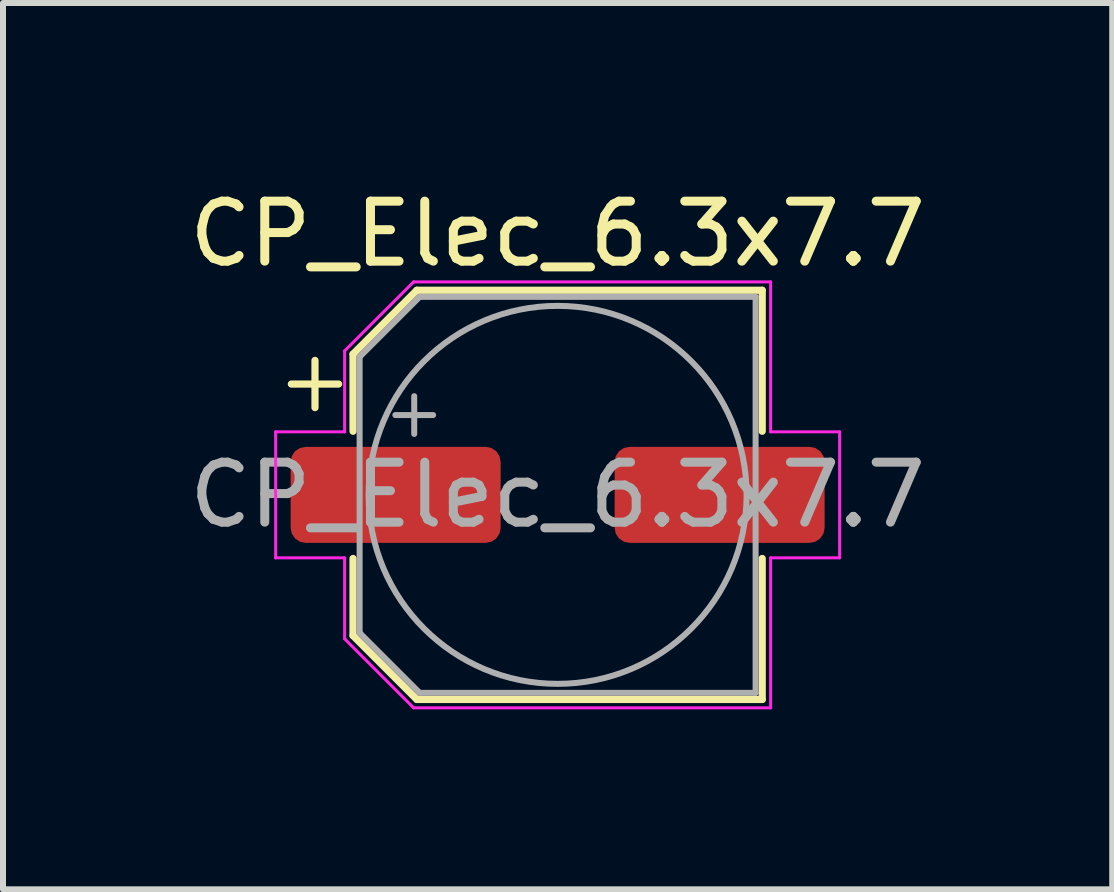
<source format=kicad_pcb>
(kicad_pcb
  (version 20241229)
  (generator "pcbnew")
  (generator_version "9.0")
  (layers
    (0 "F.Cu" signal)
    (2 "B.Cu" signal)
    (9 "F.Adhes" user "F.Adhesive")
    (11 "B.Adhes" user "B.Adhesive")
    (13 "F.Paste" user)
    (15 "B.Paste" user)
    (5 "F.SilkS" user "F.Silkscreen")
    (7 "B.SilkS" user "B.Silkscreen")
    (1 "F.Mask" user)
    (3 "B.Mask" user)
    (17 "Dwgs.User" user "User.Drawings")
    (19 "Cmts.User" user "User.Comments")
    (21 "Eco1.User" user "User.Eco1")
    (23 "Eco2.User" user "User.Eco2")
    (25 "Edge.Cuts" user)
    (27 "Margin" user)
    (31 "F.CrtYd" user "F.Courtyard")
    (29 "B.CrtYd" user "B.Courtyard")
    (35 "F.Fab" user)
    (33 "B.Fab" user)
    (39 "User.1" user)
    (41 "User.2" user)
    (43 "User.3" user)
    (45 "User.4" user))
  (footprint "CP_Elec_6.3x7.7"
    (layer "F.Cu")
    (at 6.244 5.198)
    (property "Reference" "CP_Elec_6.3x7.7" (at 0 -4.35 0) (layer "F.SilkS") (effects (font (size 1 1) (thickness 0.15))))
    (attr smd)
    (fp_line (start -4.438 -1.847) (end -3.65 -1.847) (stroke (width 0.12) (type solid)) (layer "F.SilkS"))
    (fp_line (start -4.044 -2.241) (end -4.044 -1.454) (stroke (width 0.12) (type solid)) (layer "F.SilkS"))
    (fp_line (start -3.41 -2.346) (end -3.41 -1.06) (stroke (width 0.12) (type solid)) (layer "F.SilkS"))
    (fp_line (start -3.41 -2.346) (end -2.346 -3.41) (stroke (width 0.12) (type solid)) (layer "F.SilkS"))
    (fp_line (start -3.41 2.346) (end -3.41 1.06) (stroke (width 0.12) (type solid)) (layer "F.SilkS"))
    (fp_line (start -3.41 2.346) (end -2.346 3.41) (stroke (width 0.12) (type solid)) (layer "F.SilkS"))
    (fp_line (start -2.346 -3.41) (end 3.41 -3.41) (stroke (width 0.12) (type solid)) (layer "F.SilkS"))
    (fp_line (start -2.346 3.41) (end 3.41 3.41) (stroke (width 0.12) (type solid)) (layer "F.SilkS"))
    (fp_line (start 3.41 -3.41) (end 3.41 -1.06) (stroke (width 0.12) (type solid)) (layer "F.SilkS"))
    (fp_line (start 3.41 3.41) (end 3.41 1.06) (stroke (width 0.12) (type solid)) (layer "F.SilkS"))
    (fp_line (start -4.7 -1.05) (end -4.7 1.05) (stroke (width 0.05) (type solid)) (layer "F.CrtYd"))
    (fp_line (start -4.7 1.05) (end -3.55 1.05) (stroke (width 0.05) (type solid)) (layer "F.CrtYd"))
    (fp_line (start -3.55 -2.4) (end -3.55 -1.05) (stroke (width 0.05) (type solid)) (layer "F.CrtYd"))
    (fp_line (start -3.55 -2.4) (end -2.4 -3.55) (stroke (width 0.05) (type solid)) (layer "F.CrtYd"))
    (fp_line (start -3.55 -1.05) (end -4.7 -1.05) (stroke (width 0.05) (type solid)) (layer "F.CrtYd"))
    (fp_line (start -3.55 1.05) (end -3.55 2.4) (stroke (width 0.05) (type solid)) (layer "F.CrtYd"))
    (fp_line (start -3.55 2.4) (end -2.4 3.55) (stroke (width 0.05) (type solid)) (layer "F.CrtYd"))
    (fp_line (start -2.4 -3.55) (end 3.55 -3.55) (stroke (width 0.05) (type solid)) (layer "F.CrtYd"))
    (fp_line (start -2.4 3.55) (end 3.55 3.55) (stroke (width 0.05) (type solid)) (layer "F.CrtYd"))
    (fp_line (start 3.55 -3.55) (end 3.55 -1.05) (stroke (width 0.05) (type solid)) (layer "F.CrtYd"))
    (fp_line (start 3.55 -1.05) (end 4.7 -1.05) (stroke (width 0.05) (type solid)) (layer "F.CrtYd"))
    (fp_line (start 3.55 1.05) (end 3.55 3.55) (stroke (width 0.05) (type solid)) (layer "F.CrtYd"))
    (fp_line (start 4.7 -1.05) (end 4.7 1.05) (stroke (width 0.05) (type solid)) (layer "F.CrtYd"))
    (fp_line (start 4.7 1.05) (end 3.55 1.05) (stroke (width 0.05) (type solid)) (layer "F.CrtYd"))
    (fp_line (start -3.3 -2.3) (end -3.3 2.3) (stroke (width 0.1) (type solid)) (layer "F.Fab"))
    (fp_line (start -3.3 -2.3) (end -2.3 -3.3) (stroke (width 0.1) (type solid)) (layer "F.Fab"))
    (fp_line (start -3.3 2.3) (end -2.3 3.3) (stroke (width 0.1) (type solid)) (layer "F.Fab"))
    (fp_line (start -2.705 -1.33) (end -2.075 -1.33) (stroke (width 0.1) (type solid)) (layer "F.Fab"))
    (fp_line (start -2.39 -1.645) (end -2.39 -1.015) (stroke (width 0.1) (type solid)) (layer "F.Fab"))
    (fp_line (start -2.3 -3.3) (end 3.3 -3.3) (stroke (width 0.1) (type solid)) (layer "F.Fab"))
    (fp_line (start -2.3 3.3) (end 3.3 3.3) (stroke (width 0.1) (type solid)) (layer "F.Fab"))
    (fp_line (start 3.3 -3.3) (end 3.3 3.3) (stroke (width 0.1) (type solid)) (layer "F.Fab"))
    (fp_circle (center 0 0) (end 3.15 0) (stroke (width 0.1) (type solid)) (fill no) (layer "F.Fab"))
    (fp_text user "${REFERENCE}" (at 0 0 0) (layer "F.Fab") (effects (font (size 1 1) (thickness 0.15))))
    (pad "1" smd roundrect (at -2.7 0) (size 3.5 1.6) (layers "F.Cu" "F.Mask" "F.Paste") (roundrect_rratio 0.156))
    (pad "2" smd roundrect (at 2.7 0) (size 3.5 1.6) (layers "F.Cu" "F.Mask" "F.Paste") (roundrect_rratio 0.156)))
  (gr_rect
    (start -3 -3)
    (end 15.488 11.773)
    (stroke (width 0.1) (type default))
    (fill no)
    (layer "Edge.Cuts")))
</source>
